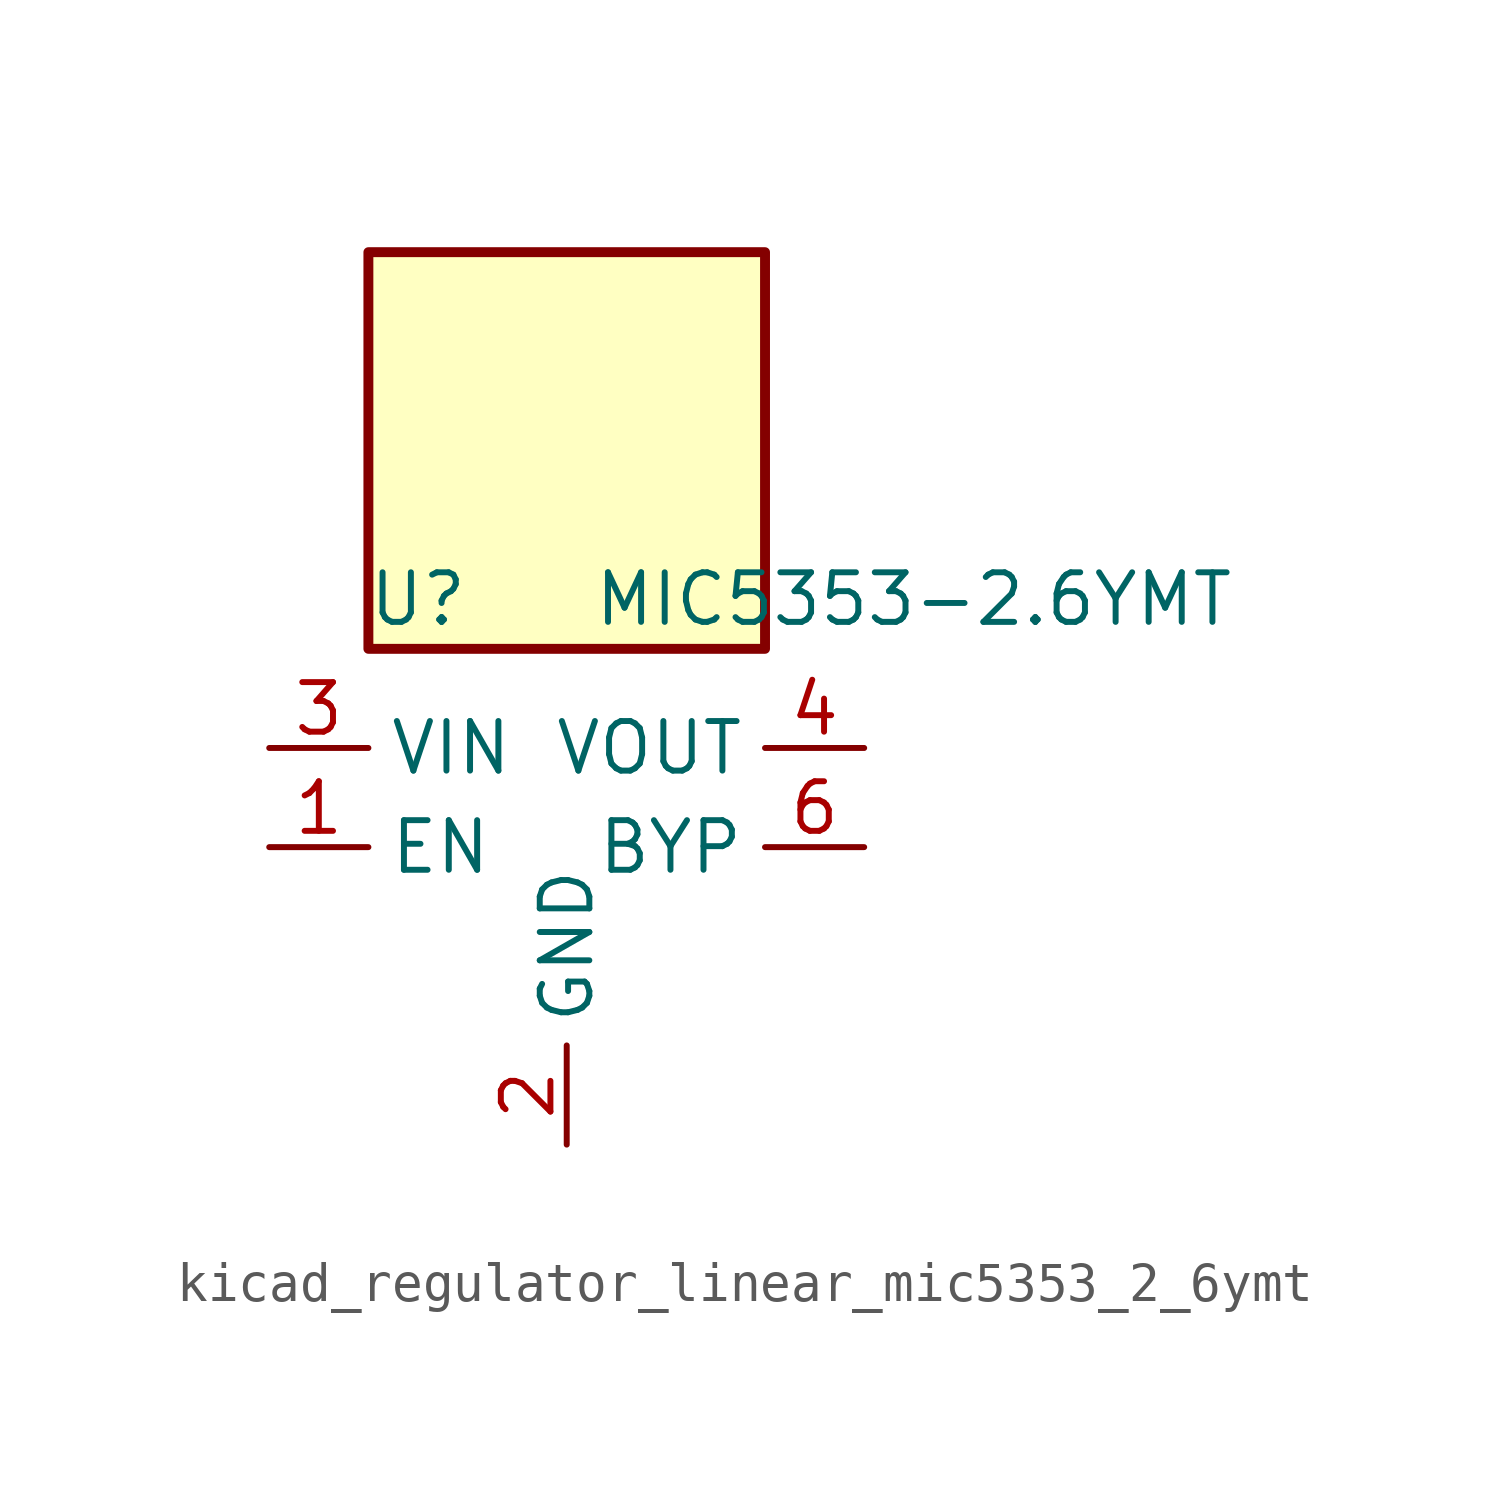
<source format=kicad_sym>
(kicad_symbol_lib
  (version 20220914)
  (generator kicad_symbol_editor)
  (symbol "kicad_regulator_linear_mic5353_2_6ymt"
    (property "Reference" "U"
      (at -3.81 6.35 0)
      (effects (font (size 1.27 1.27))))
    (property "Value" "MIC5353-2.6YMT"
      (at 8.89 6.35 0)
      (effects (font (size 1.27 1.27))))
    (symbol "kicad_regulator_linear_mic5353_2_6ymt_0_1"
      (rectangle (start 5.08 15.24) (end -5.08 5.08) (stroke (width 0.254) (type default)) (fill (type background)))
      (pin input line (at -7.62 0 0) (length 2.54) (name "EN" (effects (font (size 1.27 1.27)))) (number "1" (effects (font (size 1.27 1.27)))))
      (pin power_in line (at 0 -7.62 90) (length 2.54) (name "GND" (effects (font (size 1.27 1.27)))) (number "2" (effects (font (size 1.27 1.27)))))
      (pin power_in line (at -7.62 2.54 0) (length 2.54) (name "VIN" (effects (font (size 1.27 1.27)))) (number "3" (effects (font (size 1.27 1.27)))))
      (pin power_out line (at 7.62 2.54 180) (length 2.54) (name "VOUT" (effects (font (size 1.27 1.27)))) (number "4" (effects (font (size 1.27 1.27)))))
      (pin no_connect line (at 5.08 -2.54 180) (length 2.54) hide (name "NC" (effects (font (size 1.27 1.27)))) (number "5" (effects (font (size 1.27 1.27)))))
      (pin passive line (at 7.62 0 180) (length 2.54) (name "BYP" (effects (font (size 1.27 1.27)))) (number "6" (effects (font (size 1.27 1.27)))))
      (pin passive line (at 0 -7.62 90) (length 2.54) hide (name "GND" (effects (font (size 1.27 1.27)))) (number "7" (effects (font (size 1.27 1.27))))))))
</source>
